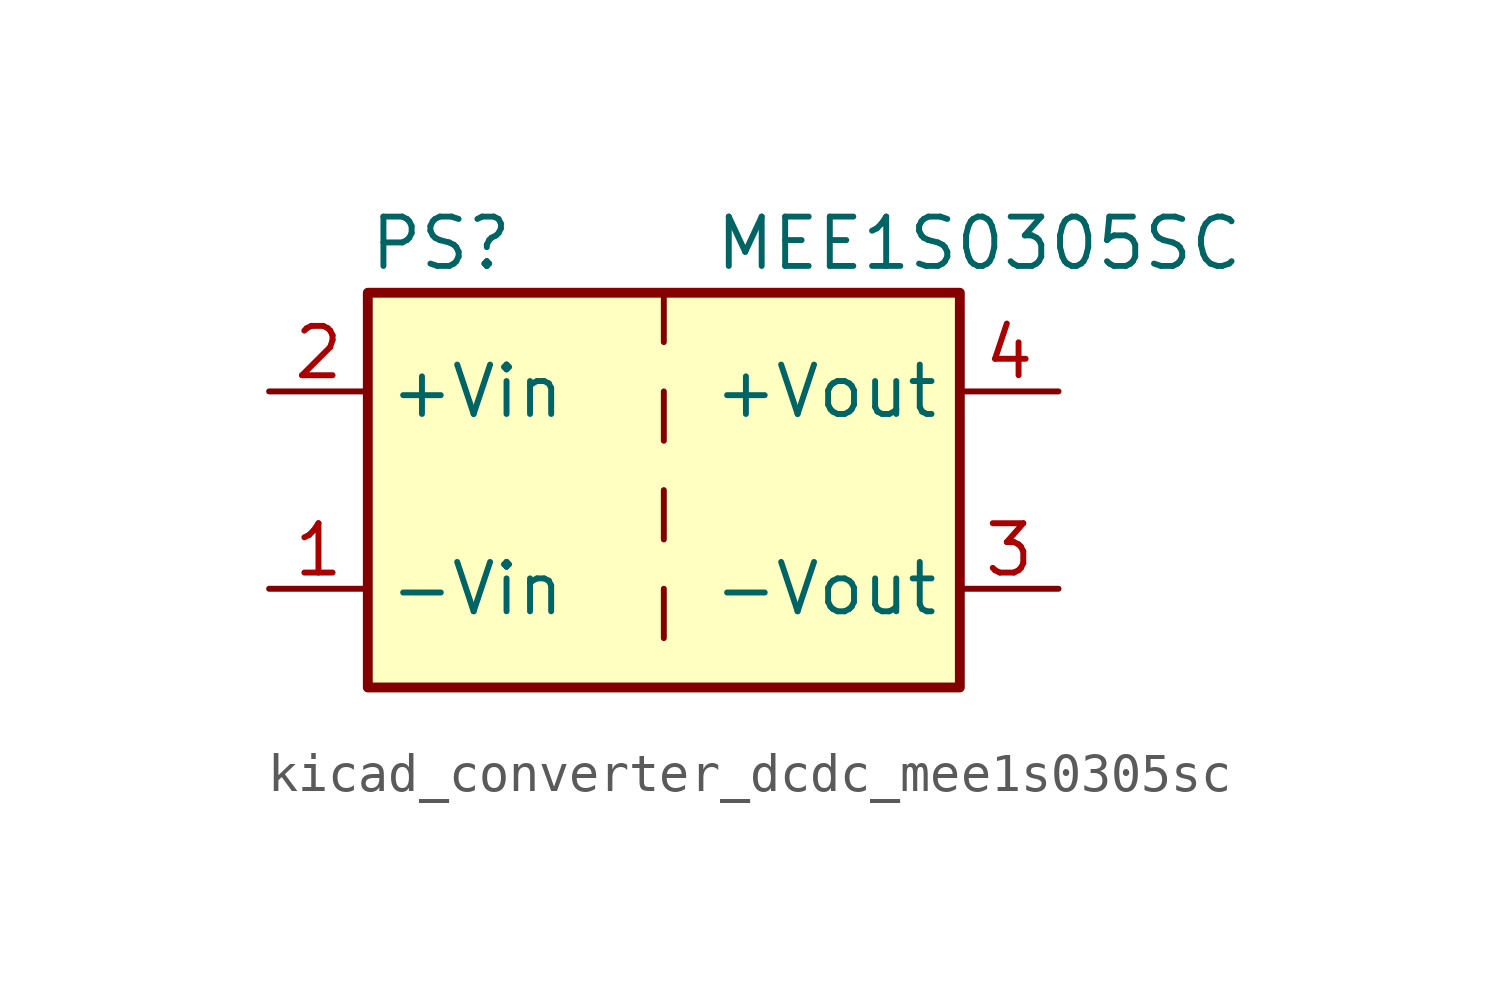
<source format=kicad_sym>
(kicad_symbol_lib
  (version 20220914)
  (generator kicad_symbol_editor)
  (symbol "kicad_converter_dcdc_mee1s0305sc"
    (property "Reference" "PS"
      (at -7.62 6.35 0)
      (effects (font (size 1.27 1.27)) (justify left)))
    (property "Value" "MEE1S0305SC"
      (at 1.27 6.35 0)
      (effects (font (size 1.27 1.27)) (justify left)))
    (symbol "kicad_converter_dcdc_mee1s0305sc_0_0"
      (pin power_in line (at -10.16 -2.54 0) (length 2.54) (name "-Vin" (effects (font (size 1.27 1.27)))) (number "1" (effects (font (size 1.27 1.27)))))
      (pin power_in line (at -10.16 2.54 0) (length 2.54) (name "+Vin" (effects (font (size 1.27 1.27)))) (number "2" (effects (font (size 1.27 1.27)))))
      (pin power_out line (at 10.16 -2.54 180) (length 2.54) (name "-Vout" (effects (font (size 1.27 1.27)))) (number "3" (effects (font (size 1.27 1.27)))))
      (pin power_out line (at 10.16 2.54 180) (length 2.54) (name "+Vout" (effects (font (size 1.27 1.27)))) (number "4" (effects (font (size 1.27 1.27))))))
    (symbol "kicad_converter_dcdc_mee1s0305sc_0_1"
      (rectangle (start -7.62 5.08) (end 7.62 -5.08) (stroke (width 0.254) (type default)) (fill (type background)))
      (polyline (pts (xy 0 -2.54) (xy 0 -3.81)) (stroke (width 0) (type default)) (fill (type none)))
      (polyline (pts (xy 0 0) (xy 0 -1.27)) (stroke (width 0) (type default)) (fill (type none)))
      (polyline (pts (xy 0 2.54) (xy 0 1.27)) (stroke (width 0) (type default)) (fill (type none)))
      (polyline (pts (xy 0 5.08) (xy 0 3.81)) (stroke (width 0) (type default)) (fill (type none))))))
</source>
